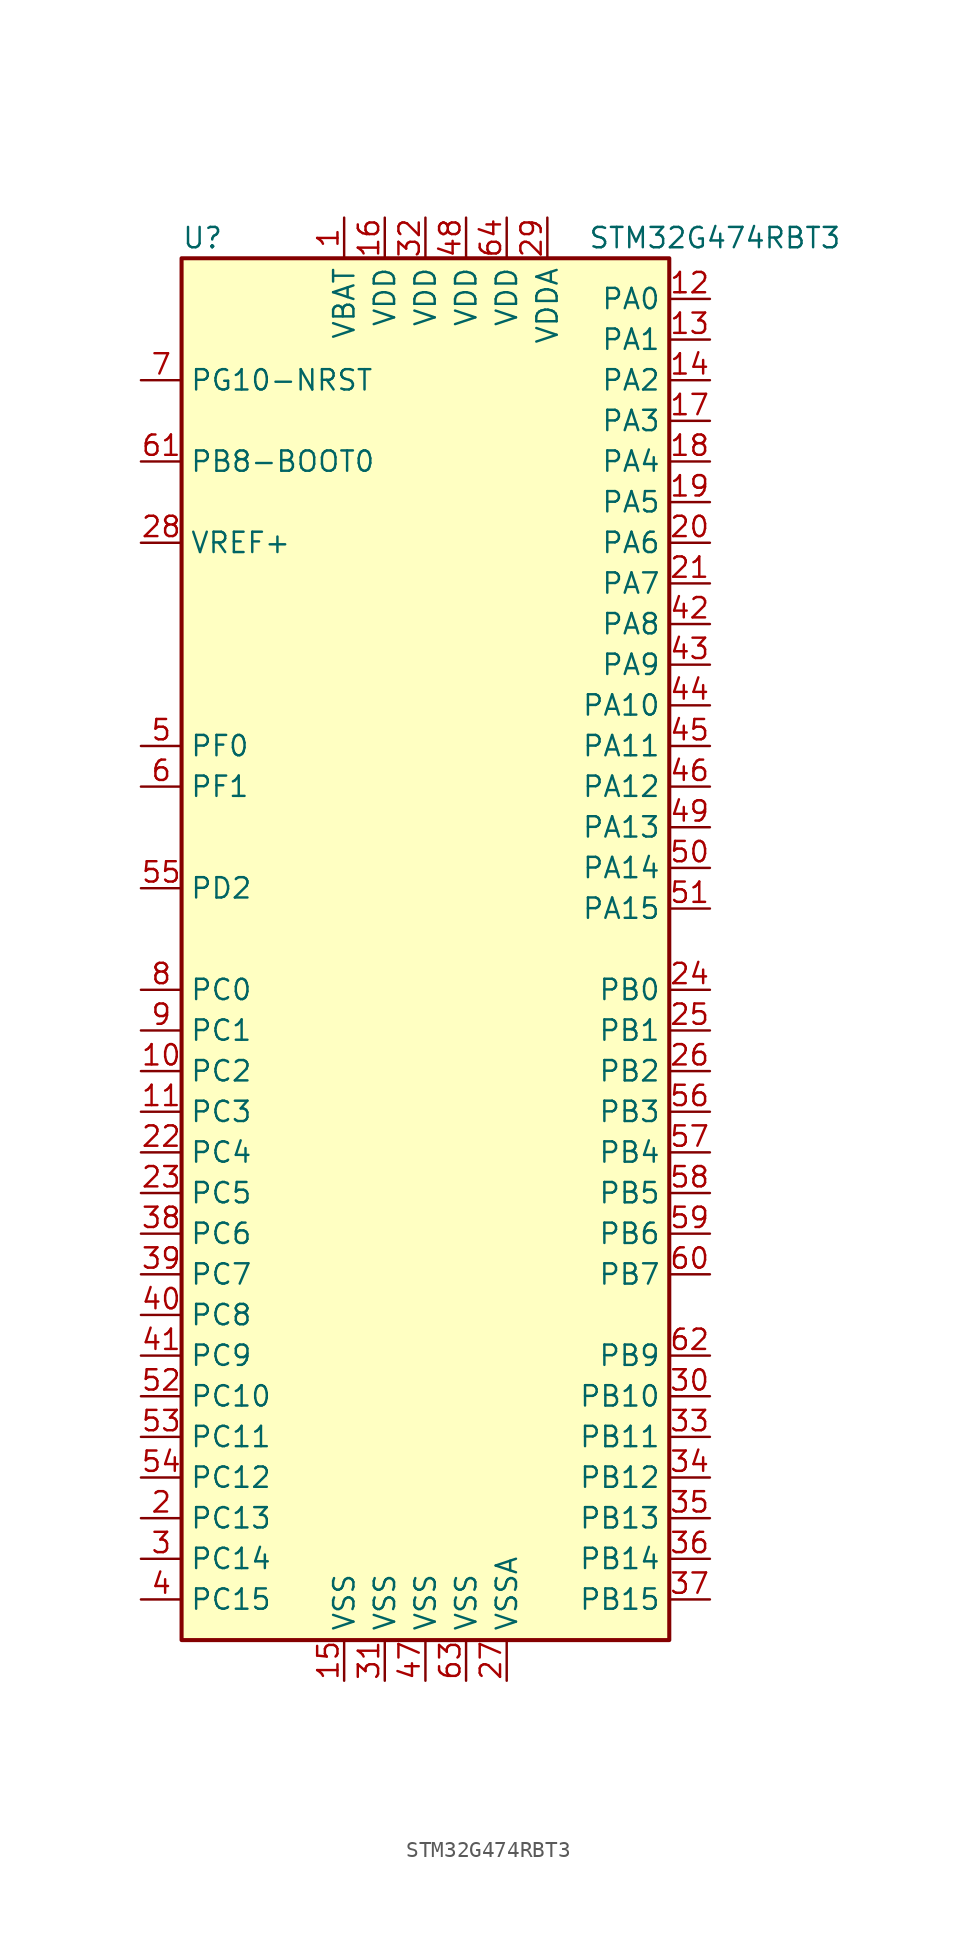
<source format=kicad_sym>
(kicad_symbol_lib
  (version 20211014)
  (generator kicad_symbol_editor)
  (symbol "STM32G474RBT3"
    (property "Reference" "U"
      (at -15.24 44.45 0)
      (effects (font (size 1.27 1.27)) (justify left)))
    (property "Value" "STM32G474RBT3"
      (at 10.16 44.45 0)
      (effects (font (size 1.27 1.27)) (justify left)))
    (symbol "STM32G474RBT3_0_1"
      (rectangle (start -15.24 -43.18) (end 15.24 43.18) (stroke (width 0.254) (type default) (color 0 0 0 0)) (fill (type background))))
    (symbol "STM32G474RBT3_1_1"
      (pin power_in line (at -5.08 45.72 270) (length 2.54) (name "VBAT" (effects (font (size 1.27 1.27)))) (number "1" (effects (font (size 1.27 1.27)))))
      (pin bidirectional line (at -17.78 -7.62 0) (length 2.54) (name "PC2" (effects (font (size 1.27 1.27)))) (number "10" (effects (font (size 1.27 1.27)))))
      (pin bidirectional line (at -17.78 -10.16 0) (length 2.54) (name "PC3" (effects (font (size 1.27 1.27)))) (number "11" (effects (font (size 1.27 1.27)))))
      (pin bidirectional line (at 17.78 40.64 180) (length 2.54) (name "PA0" (effects (font (size 1.27 1.27)))) (number "12" (effects (font (size 1.27 1.27)))))
      (pin bidirectional line (at 17.78 38.1 180) (length 2.54) (name "PA1" (effects (font (size 1.27 1.27)))) (number "13" (effects (font (size 1.27 1.27)))))
      (pin bidirectional line (at 17.78 35.56 180) (length 2.54) (name "PA2" (effects (font (size 1.27 1.27)))) (number "14" (effects (font (size 1.27 1.27)))))
      (pin power_in line (at -5.08 -45.72 90) (length 2.54) (name "VSS" (effects (font (size 1.27 1.27)))) (number "15" (effects (font (size 1.27 1.27)))))
      (pin power_in line (at -2.54 45.72 270) (length 2.54) (name "VDD" (effects (font (size 1.27 1.27)))) (number "16" (effects (font (size 1.27 1.27)))))
      (pin bidirectional line (at 17.78 33.02 180) (length 2.54) (name "PA3" (effects (font (size 1.27 1.27)))) (number "17" (effects (font (size 1.27 1.27)))))
      (pin bidirectional line (at 17.78 30.48 180) (length 2.54) (name "PA4" (effects (font (size 1.27 1.27)))) (number "18" (effects (font (size 1.27 1.27)))))
      (pin bidirectional line (at 17.78 27.94 180) (length 2.54) (name "PA5" (effects (font (size 1.27 1.27)))) (number "19" (effects (font (size 1.27 1.27)))))
      (pin bidirectional line (at -17.78 -35.56 0) (length 2.54) (name "PC13" (effects (font (size 1.27 1.27)))) (number "2" (effects (font (size 1.27 1.27)))))
      (pin bidirectional line (at 17.78 25.4 180) (length 2.54) (name "PA6" (effects (font (size 1.27 1.27)))) (number "20" (effects (font (size 1.27 1.27)))))
      (pin bidirectional line (at 17.78 22.86 180) (length 2.54) (name "PA7" (effects (font (size 1.27 1.27)))) (number "21" (effects (font (size 1.27 1.27)))))
      (pin bidirectional line (at -17.78 -12.7 0) (length 2.54) (name "PC4" (effects (font (size 1.27 1.27)))) (number "22" (effects (font (size 1.27 1.27)))))
      (pin bidirectional line (at -17.78 -15.24 0) (length 2.54) (name "PC5" (effects (font (size 1.27 1.27)))) (number "23" (effects (font (size 1.27 1.27)))))
      (pin bidirectional line (at 17.78 -2.54 180) (length 2.54) (name "PB0" (effects (font (size 1.27 1.27)))) (number "24" (effects (font (size 1.27 1.27)))))
      (pin bidirectional line (at 17.78 -5.08 180) (length 2.54) (name "PB1" (effects (font (size 1.27 1.27)))) (number "25" (effects (font (size 1.27 1.27)))))
      (pin bidirectional line (at 17.78 -7.62 180) (length 2.54) (name "PB2" (effects (font (size 1.27 1.27)))) (number "26" (effects (font (size 1.27 1.27)))))
      (pin power_in line (at 5.08 -45.72 90) (length 2.54) (name "VSSA" (effects (font (size 1.27 1.27)))) (number "27" (effects (font (size 1.27 1.27)))))
      (pin unspecified line (at -17.78 25.4 0) (length 2.54) (name "VREF+" (effects (font (size 1.27 1.27)))) (number "28" (effects (font (size 1.27 1.27)))))
      (pin power_in line (at 7.62 45.72 270) (length 2.54) (name "VDDA" (effects (font (size 1.27 1.27)))) (number "29" (effects (font (size 1.27 1.27)))))
      (pin bidirectional line (at -17.78 -38.1 0) (length 2.54) (name "PC14" (effects (font (size 1.27 1.27)))) (number "3" (effects (font (size 1.27 1.27)))))
      (pin bidirectional line (at 17.78 -27.94 180) (length 2.54) (name "PB10" (effects (font (size 1.27 1.27)))) (number "30" (effects (font (size 1.27 1.27)))))
      (pin power_in line (at -2.54 -45.72 90) (length 2.54) (name "VSS" (effects (font (size 1.27 1.27)))) (number "31" (effects (font (size 1.27 1.27)))))
      (pin power_in line (at 0 45.72 270) (length 2.54) (name "VDD" (effects (font (size 1.27 1.27)))) (number "32" (effects (font (size 1.27 1.27)))))
      (pin bidirectional line (at 17.78 -30.48 180) (length 2.54) (name "PB11" (effects (font (size 1.27 1.27)))) (number "33" (effects (font (size 1.27 1.27)))))
      (pin bidirectional line (at 17.78 -33.02 180) (length 2.54) (name "PB12" (effects (font (size 1.27 1.27)))) (number "34" (effects (font (size 1.27 1.27)))))
      (pin bidirectional line (at 17.78 -35.56 180) (length 2.54) (name "PB13" (effects (font (size 1.27 1.27)))) (number "35" (effects (font (size 1.27 1.27)))))
      (pin bidirectional line (at 17.78 -38.1 180) (length 2.54) (name "PB14" (effects (font (size 1.27 1.27)))) (number "36" (effects (font (size 1.27 1.27)))))
      (pin bidirectional line (at 17.78 -40.64 180) (length 2.54) (name "PB15" (effects (font (size 1.27 1.27)))) (number "37" (effects (font (size 1.27 1.27)))))
      (pin bidirectional line (at -17.78 -17.78 0) (length 2.54) (name "PC6" (effects (font (size 1.27 1.27)))) (number "38" (effects (font (size 1.27 1.27)))))
      (pin bidirectional line (at -17.78 -20.32 0) (length 2.54) (name "PC7" (effects (font (size 1.27 1.27)))) (number "39" (effects (font (size 1.27 1.27)))))
      (pin bidirectional line (at -17.78 -40.64 0) (length 2.54) (name "PC15" (effects (font (size 1.27 1.27)))) (number "4" (effects (font (size 1.27 1.27)))))
      (pin bidirectional line (at -17.78 -22.86 0) (length 2.54) (name "PC8" (effects (font (size 1.27 1.27)))) (number "40" (effects (font (size 1.27 1.27)))))
      (pin bidirectional line (at -17.78 -25.4 0) (length 2.54) (name "PC9" (effects (font (size 1.27 1.27)))) (number "41" (effects (font (size 1.27 1.27)))))
      (pin bidirectional line (at 17.78 20.32 180) (length 2.54) (name "PA8" (effects (font (size 1.27 1.27)))) (number "42" (effects (font (size 1.27 1.27)))))
      (pin bidirectional line (at 17.78 17.78 180) (length 2.54) (name "PA9" (effects (font (size 1.27 1.27)))) (number "43" (effects (font (size 1.27 1.27)))))
      (pin bidirectional line (at 17.78 15.24 180) (length 2.54) (name "PA10" (effects (font (size 1.27 1.27)))) (number "44" (effects (font (size 1.27 1.27)))))
      (pin bidirectional line (at 17.78 12.7 180) (length 2.54) (name "PA11" (effects (font (size 1.27 1.27)))) (number "45" (effects (font (size 1.27 1.27)))))
      (pin bidirectional line (at 17.78 10.16 180) (length 2.54) (name "PA12" (effects (font (size 1.27 1.27)))) (number "46" (effects (font (size 1.27 1.27)))))
      (pin power_in line (at 0 -45.72 90) (length 2.54) (name "VSS" (effects (font (size 1.27 1.27)))) (number "47" (effects (font (size 1.27 1.27)))))
      (pin power_in line (at 2.54 45.72 270) (length 2.54) (name "VDD" (effects (font (size 1.27 1.27)))) (number "48" (effects (font (size 1.27 1.27)))))
      (pin bidirectional line (at 17.78 7.62 180) (length 2.54) (name "PA13" (effects (font (size 1.27 1.27)))) (number "49" (effects (font (size 1.27 1.27)))))
      (pin input line (at -17.78 12.7 0) (length 2.54) (name "PF0" (effects (font (size 1.27 1.27)))) (number "5" (effects (font (size 1.27 1.27)))))
      (pin bidirectional line (at 17.78 5.08 180) (length 2.54) (name "PA14" (effects (font (size 1.27 1.27)))) (number "50" (effects (font (size 1.27 1.27)))))
      (pin bidirectional line (at 17.78 2.54 180) (length 2.54) (name "PA15" (effects (font (size 1.27 1.27)))) (number "51" (effects (font (size 1.27 1.27)))))
      (pin bidirectional line (at -17.78 -27.94 0) (length 2.54) (name "PC10" (effects (font (size 1.27 1.27)))) (number "52" (effects (font (size 1.27 1.27)))))
      (pin bidirectional line (at -17.78 -30.48 0) (length 2.54) (name "PC11" (effects (font (size 1.27 1.27)))) (number "53" (effects (font (size 1.27 1.27)))))
      (pin bidirectional line (at -17.78 -33.02 0) (length 2.54) (name "PC12" (effects (font (size 1.27 1.27)))) (number "54" (effects (font (size 1.27 1.27)))))
      (pin bidirectional line (at -17.78 3.81 0) (length 2.54) (name "PD2" (effects (font (size 1.27 1.27)))) (number "55" (effects (font (size 1.27 1.27)))))
      (pin bidirectional line (at 17.78 -10.16 180) (length 2.54) (name "PB3" (effects (font (size 1.27 1.27)))) (number "56" (effects (font (size 1.27 1.27)))))
      (pin bidirectional line (at 17.78 -12.7 180) (length 2.54) (name "PB4" (effects (font (size 1.27 1.27)))) (number "57" (effects (font (size 1.27 1.27)))))
      (pin bidirectional line (at 17.78 -15.24 180) (length 2.54) (name "PB5" (effects (font (size 1.27 1.27)))) (number "58" (effects (font (size 1.27 1.27)))))
      (pin bidirectional line (at 17.78 -17.78 180) (length 2.54) (name "PB6" (effects (font (size 1.27 1.27)))) (number "59" (effects (font (size 1.27 1.27)))))
      (pin input line (at -17.78 10.16 0) (length 2.54) (name "PF1" (effects (font (size 1.27 1.27)))) (number "6" (effects (font (size 1.27 1.27)))))
      (pin bidirectional line (at 17.78 -20.32 180) (length 2.54) (name "PB7" (effects (font (size 1.27 1.27)))) (number "60" (effects (font (size 1.27 1.27)))))
      (pin bidirectional line (at -17.78 30.48 0) (length 2.54) (name "PB8-BOOT0" (effects (font (size 1.27 1.27)))) (number "61" (effects (font (size 1.27 1.27)))))
      (pin bidirectional line (at 17.78 -25.4 180) (length 2.54) (name "PB9" (effects (font (size 1.27 1.27)))) (number "62" (effects (font (size 1.27 1.27)))))
      (pin power_in line (at 2.54 -45.72 90) (length 2.54) (name "VSS" (effects (font (size 1.27 1.27)))) (number "63" (effects (font (size 1.27 1.27)))))
      (pin power_in line (at 5.08 45.72 270) (length 2.54) (name "VDD" (effects (font (size 1.27 1.27)))) (number "64" (effects (font (size 1.27 1.27)))))
      (pin input line (at -17.78 35.56 0) (length 2.54) (name "PG10-NRST" (effects (font (size 1.27 1.27)))) (number "7" (effects (font (size 1.27 1.27)))))
      (pin bidirectional line (at -17.78 -2.54 0) (length 2.54) (name "PC0" (effects (font (size 1.27 1.27)))) (number "8" (effects (font (size 1.27 1.27)))))
      (pin bidirectional line (at -17.78 -5.08 0) (length 2.54) (name "PC1" (effects (font (size 1.27 1.27)))) (number "9" (effects (font (size 1.27 1.27))))))))
</source>
